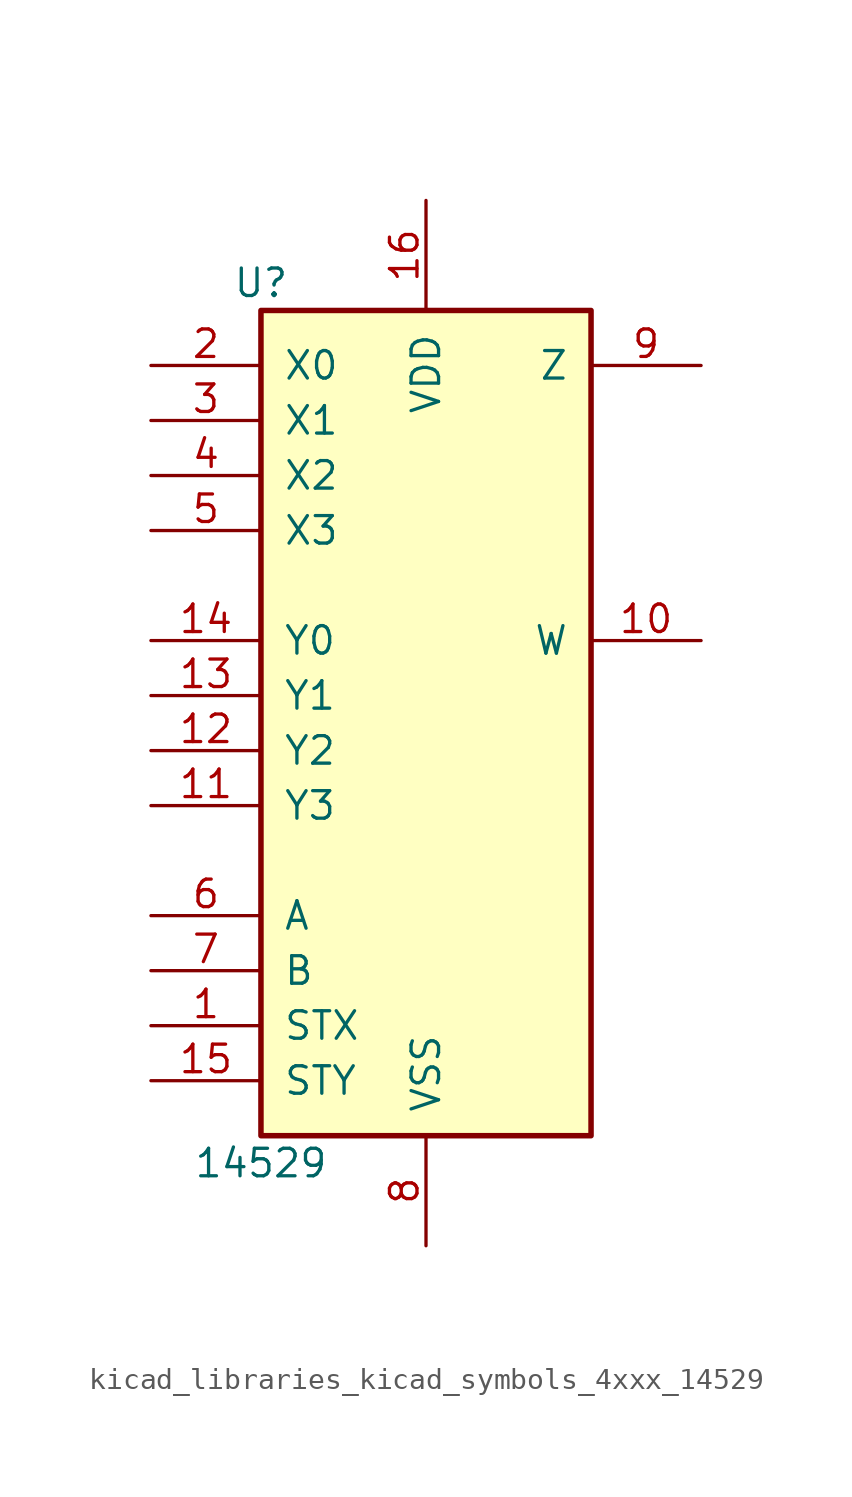
<source format=kicad_sym>
(kicad_symbol_lib
  (version 20220914)
  (generator kicad_symbol_editor)
  (symbol "kicad_libraries_kicad_symbols_4xxx_14529"
    (pin_names
      (offset 1.016))
    (property "Reference" "U"
      (at -7.62 19.05 0)
      (effects (font (size 1.27 1.27))))
    (property "Value" "14529"
      (at -7.62 -21.59 0)
      (effects (font (size 1.27 1.27))))
    (property "ki_locked" ""
      (at 0 0 0)
      (effects (font (size 1.27 1.27))))
    (symbol "kicad_libraries_kicad_symbols_4xxx_14529_1_0"
      (pin input line (at -12.7 -15.24 0) (length 5.08) (name "STX" (effects (font (size 1.27 1.27)))) (number "1" (effects (font (size 1.27 1.27)))))
      (pin tri_state line (at 12.7 2.54 180) (length 5.08) (name "W" (effects (font (size 1.27 1.27)))) (number "10" (effects (font (size 1.27 1.27)))))
      (pin input line (at -12.7 -5.08 0) (length 5.08) (name "Y3" (effects (font (size 1.27 1.27)))) (number "11" (effects (font (size 1.27 1.27)))))
      (pin input line (at -12.7 -2.54 0) (length 5.08) (name "Y2" (effects (font (size 1.27 1.27)))) (number "12" (effects (font (size 1.27 1.27)))))
      (pin input line (at -12.7 0 0) (length 5.08) (name "Y1" (effects (font (size 1.27 1.27)))) (number "13" (effects (font (size 1.27 1.27)))))
      (pin input line (at -12.7 2.54 0) (length 5.08) (name "Y0" (effects (font (size 1.27 1.27)))) (number "14" (effects (font (size 1.27 1.27)))))
      (pin input line (at -12.7 -17.78 0) (length 5.08) (name "STY" (effects (font (size 1.27 1.27)))) (number "15" (effects (font (size 1.27 1.27)))))
      (pin power_in line (at 0 22.86 270) (length 5.08) (name "VDD" (effects (font (size 1.27 1.27)))) (number "16" (effects (font (size 1.27 1.27)))))
      (pin input line (at -12.7 15.24 0) (length 5.08) (name "X0" (effects (font (size 1.27 1.27)))) (number "2" (effects (font (size 1.27 1.27)))))
      (pin input line (at -12.7 12.7 0) (length 5.08) (name "X1" (effects (font (size 1.27 1.27)))) (number "3" (effects (font (size 1.27 1.27)))))
      (pin input line (at -12.7 10.16 0) (length 5.08) (name "X2" (effects (font (size 1.27 1.27)))) (number "4" (effects (font (size 1.27 1.27)))))
      (pin input line (at -12.7 7.62 0) (length 5.08) (name "X3" (effects (font (size 1.27 1.27)))) (number "5" (effects (font (size 1.27 1.27)))))
      (pin input line (at -12.7 -10.16 0) (length 5.08) (name "A" (effects (font (size 1.27 1.27)))) (number "6" (effects (font (size 1.27 1.27)))))
      (pin input line (at -12.7 -12.7 0) (length 5.08) (name "B" (effects (font (size 1.27 1.27)))) (number "7" (effects (font (size 1.27 1.27)))))
      (pin power_in line (at 0 -25.4 90) (length 5.08) (name "VSS" (effects (font (size 1.27 1.27)))) (number "8" (effects (font (size 1.27 1.27)))))
      (pin tri_state line (at 12.7 15.24 180) (length 5.08) (name "Z" (effects (font (size 1.27 1.27)))) (number "9" (effects (font (size 1.27 1.27))))))
    (symbol "kicad_libraries_kicad_symbols_4xxx_14529_1_1"
      (rectangle (start -7.62 17.78) (end 7.62 -20.32) (stroke (width 0.254) (type default)) (fill (type background))))))
</source>
